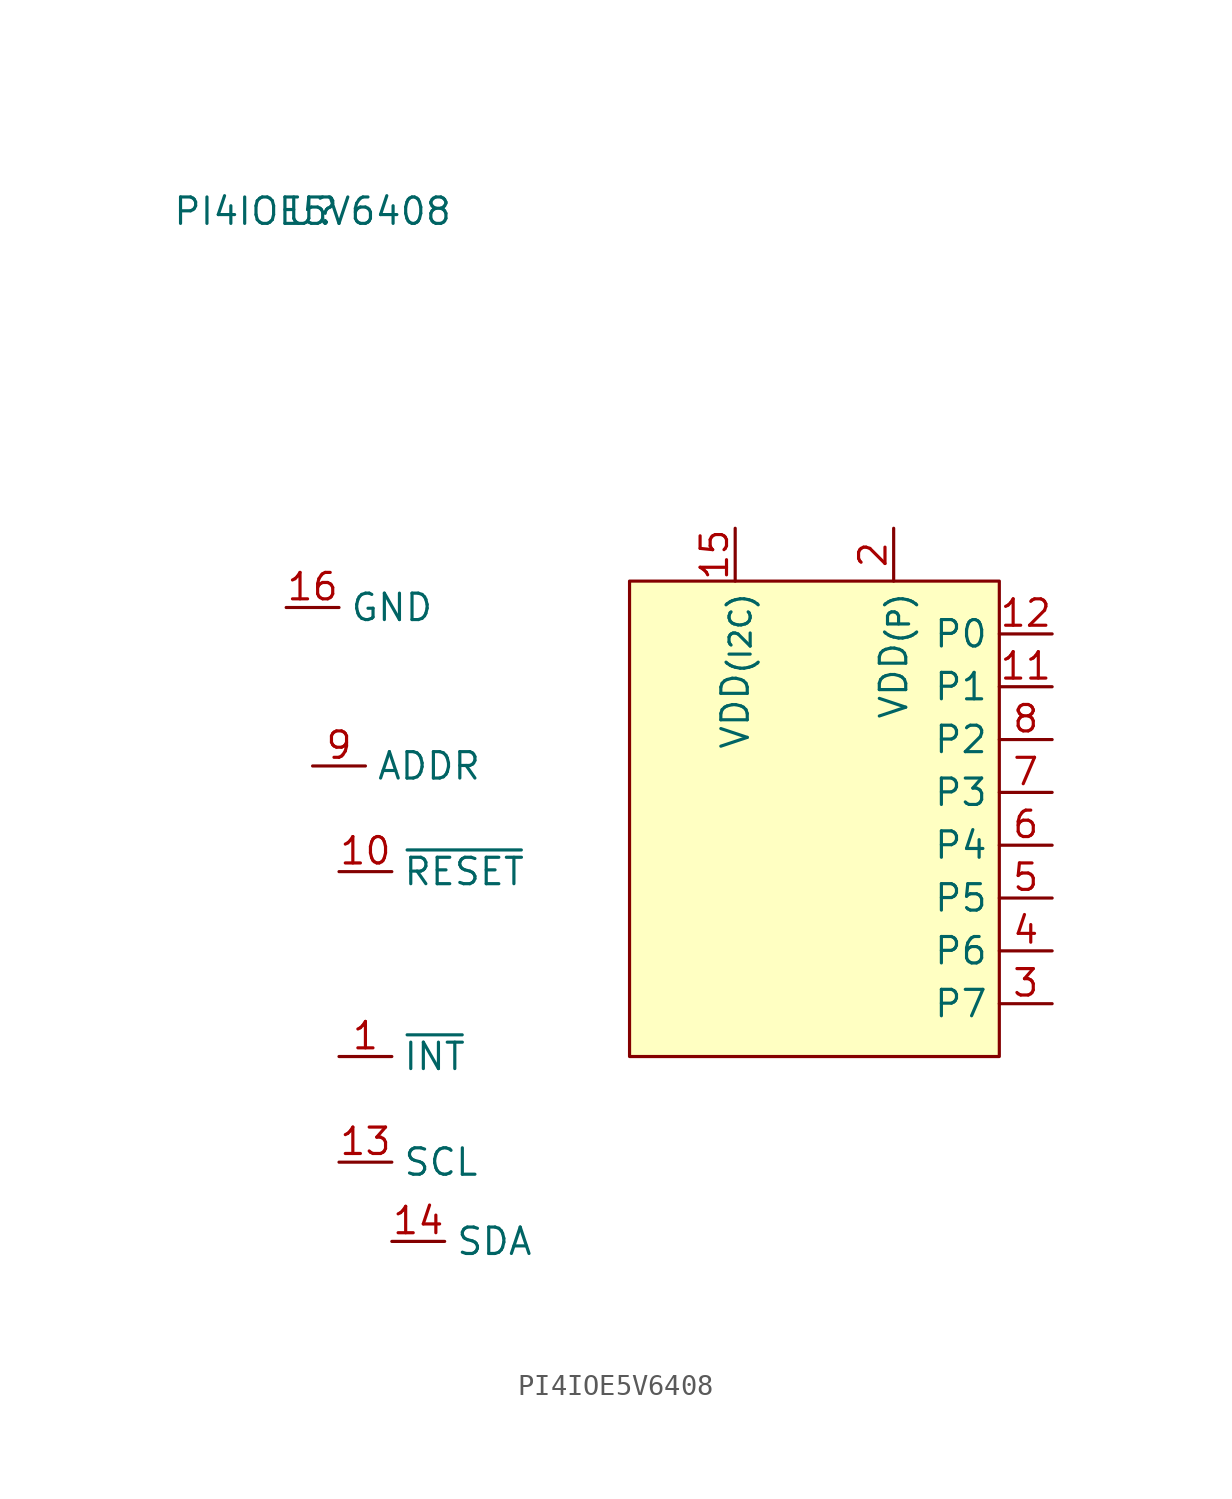
<source format=kicad_sym>
(kicad_symbol_lib
  (version 20231120)
  (generator "kicad_symbol_editor")
  (generator_version "8.0")
  (symbol "PI4IOE5V6408"
    (property "Reference" "U"
      (at 0 0 0)
      (effects (font (size 1.27 1.27))))
    (property "Value" "PI4IOE5V6408"
      (at 0 0 0)
      (effects (font (size 1.27 1.27))))
    (symbol "PI4IOE5V6408_0_1"
      (rectangle (start 15.24 -17.78) (end 33.02 -40.64) (stroke (width 0) (type default)) (fill (type background))))
    (symbol "PI4IOE5V6408_1_1"
      (pin open_collector line (at 1.27 -40.64 0) (length 2.54) (name "~{INT}" (effects (font (size 1.27 1.27)))) (number "1" (effects (font (size 1.27 1.27)))))
      (pin input line (at 1.27 -31.75 0) (length 2.54) (name "~{RESET}" (effects (font (size 1.27 1.27)))) (number "10" (effects (font (size 1.27 1.27)))))
      (pin tri_state line (at 35.56 -22.86 180) (length 2.54) (name "P1" (effects (font (size 1.27 1.27)))) (number "11" (effects (font (size 1.27 1.27)))))
      (pin tri_state line (at 35.56 -20.32 180) (length 2.54) (name "P0" (effects (font (size 1.27 1.27)))) (number "12" (effects (font (size 1.27 1.27)))))
      (pin input line (at 1.27 -45.72 0) (length 2.54) (name "SCL" (effects (font (size 1.27 1.27)))) (number "13" (effects (font (size 1.27 1.27)))))
      (pin bidirectional line (at 3.81 -49.53 0) (length 2.54) (name "SDA" (effects (font (size 1.27 1.27)))) (number "14" (effects (font (size 1.27 1.27)))))
      (pin power_in line (at 20.32 -15.24 270) (length 2.54) (name "VDD_{(I2C)}" (effects (font (size 1.27 1.27)))) (number "15" (effects (font (size 1.27 1.27)))))
      (pin power_in line (at -1.27 -19.05 0) (length 2.54) (name "GND" (effects (font (size 1.27 1.27)))) (number "16" (effects (font (size 1.27 1.27)))))
      (pin power_in line (at 27.94 -15.24 270) (length 2.54) (name "VDD_{(P)}" (effects (font (size 1.27 1.27)))) (number "2" (effects (font (size 1.27 1.27)))))
      (pin tri_state line (at 35.56 -38.1 180) (length 2.54) (name "P7" (effects (font (size 1.27 1.27)))) (number "3" (effects (font (size 1.27 1.27)))))
      (pin tri_state line (at 35.56 -35.56 180) (length 2.54) (name "P6" (effects (font (size 1.27 1.27)))) (number "4" (effects (font (size 1.27 1.27)))))
      (pin tri_state line (at 35.56 -33.02 180) (length 2.54) (name "P5" (effects (font (size 1.27 1.27)))) (number "5" (effects (font (size 1.27 1.27)))))
      (pin tri_state line (at 35.56 -30.48 180) (length 2.54) (name "P4" (effects (font (size 1.27 1.27)))) (number "6" (effects (font (size 1.27 1.27)))))
      (pin tri_state line (at 35.56 -27.94 180) (length 2.54) (name "P3" (effects (font (size 1.27 1.27)))) (number "7" (effects (font (size 1.27 1.27)))))
      (pin tri_state line (at 35.56 -25.4 180) (length 2.54) (name "P2" (effects (font (size 1.27 1.27)))) (number "8" (effects (font (size 1.27 1.27)))))
      (pin input line (at 0 -26.67 0) (length 2.54) (name "ADDR" (effects (font (size 1.27 1.27)))) (number "9" (effects (font (size 1.27 1.27))))))))
</source>
